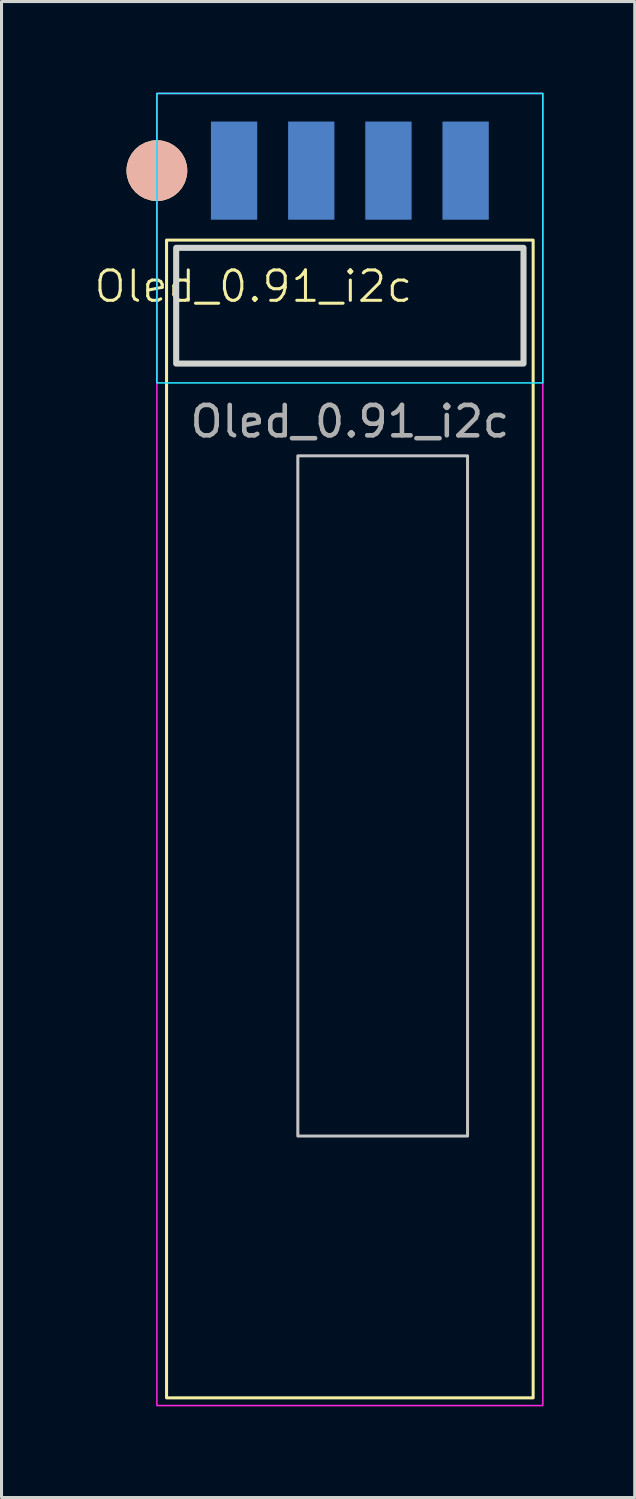
<source format=kicad_pcb>
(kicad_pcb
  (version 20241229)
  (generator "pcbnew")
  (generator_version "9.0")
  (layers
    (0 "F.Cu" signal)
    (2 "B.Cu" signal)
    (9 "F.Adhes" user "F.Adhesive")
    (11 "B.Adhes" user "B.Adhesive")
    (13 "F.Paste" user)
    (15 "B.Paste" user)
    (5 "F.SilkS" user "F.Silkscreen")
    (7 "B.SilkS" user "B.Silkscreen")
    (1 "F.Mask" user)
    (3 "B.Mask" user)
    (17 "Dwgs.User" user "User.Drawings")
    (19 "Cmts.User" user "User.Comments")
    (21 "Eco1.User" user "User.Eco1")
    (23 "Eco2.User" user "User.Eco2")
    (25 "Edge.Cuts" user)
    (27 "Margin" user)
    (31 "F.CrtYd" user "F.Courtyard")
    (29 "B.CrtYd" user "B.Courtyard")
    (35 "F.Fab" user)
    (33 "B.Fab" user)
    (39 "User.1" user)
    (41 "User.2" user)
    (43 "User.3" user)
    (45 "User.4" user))
  (footprint "Oled_0.91_i2c"
    (layer "F.Cu")
    (at 8.463 7.645)
    (property "Reference" "Oled_0.91_i2c" (at -3.175 -1.27 0) (unlocked yes) (layer "F.SilkS") (effects (font (size 1 1) (thickness 0.1))))
    (attr through_hole)
    (fp_rect (start -6.032 -2.794) (end 6.032 35.306) (stroke (width 0.1) (type default)) (fill no) (layer "F.SilkS"))
    (fp_circle (center -6.35 -5.08) (end -5.85 -5.08) (stroke (width 1) (type default)) (fill no) (layer "F.SilkS"))
    (fp_circle (center -6.35 -5.08) (end -5.85 -5.08) (stroke (width 1) (type default)) (fill no) (layer "B.SilkS"))
    (fp_rect (start -1.712 4.306) (end 3.873 26.69) (stroke (width 0.1) (type solid)) (fill no) (layer "Dwgs.User"))
    (fp_rect (start -5.715 -2.54) (end 5.715 1.27) (stroke (width 0.2) (type default)) (fill no) (layer "Edge.Cuts"))
    (fp_rect (start -6.35 -7.62) (end 6.35 1.905) (stroke (width 0.05) (type default)) (fill no) (layer "B.CrtYd"))
    (fp_rect (start -6.35 -7.62) (end 6.35 35.56) (stroke (width 0.05) (type default)) (fill no) (layer "F.CrtYd"))
    (fp_text user "${REFERENCE}" (at 0 3.175 0) (unlocked yes) (layer "F.Fab") (effects (font (size 1 1) (thickness 0.15))))
    (pad "1" smd rect (at -3.81 -5.08) (size 1.524 3.23) (layers "B.Cu" "B.Mask" "B.Paste"))
    (pad "2" smd rect (at -1.27 -5.08) (size 1.524 3.23) (layers "B.Cu" "B.Mask" "B.Paste"))
    (pad "3" smd rect (at 1.27 -5.08) (size 1.524 3.23) (layers "B.Cu" "B.Mask" "B.Paste"))
    (pad "4" smd rect (at 3.81 -5.08) (size 1.524 3.23) (layers "B.Cu" "B.Mask" "B.Paste")))
  (gr_rect
    (start -3 -3)
    (end 17.838 46.23)
    (stroke (width 0.1) (type default))
    (fill no)
    (layer "Edge.Cuts")))
</source>
